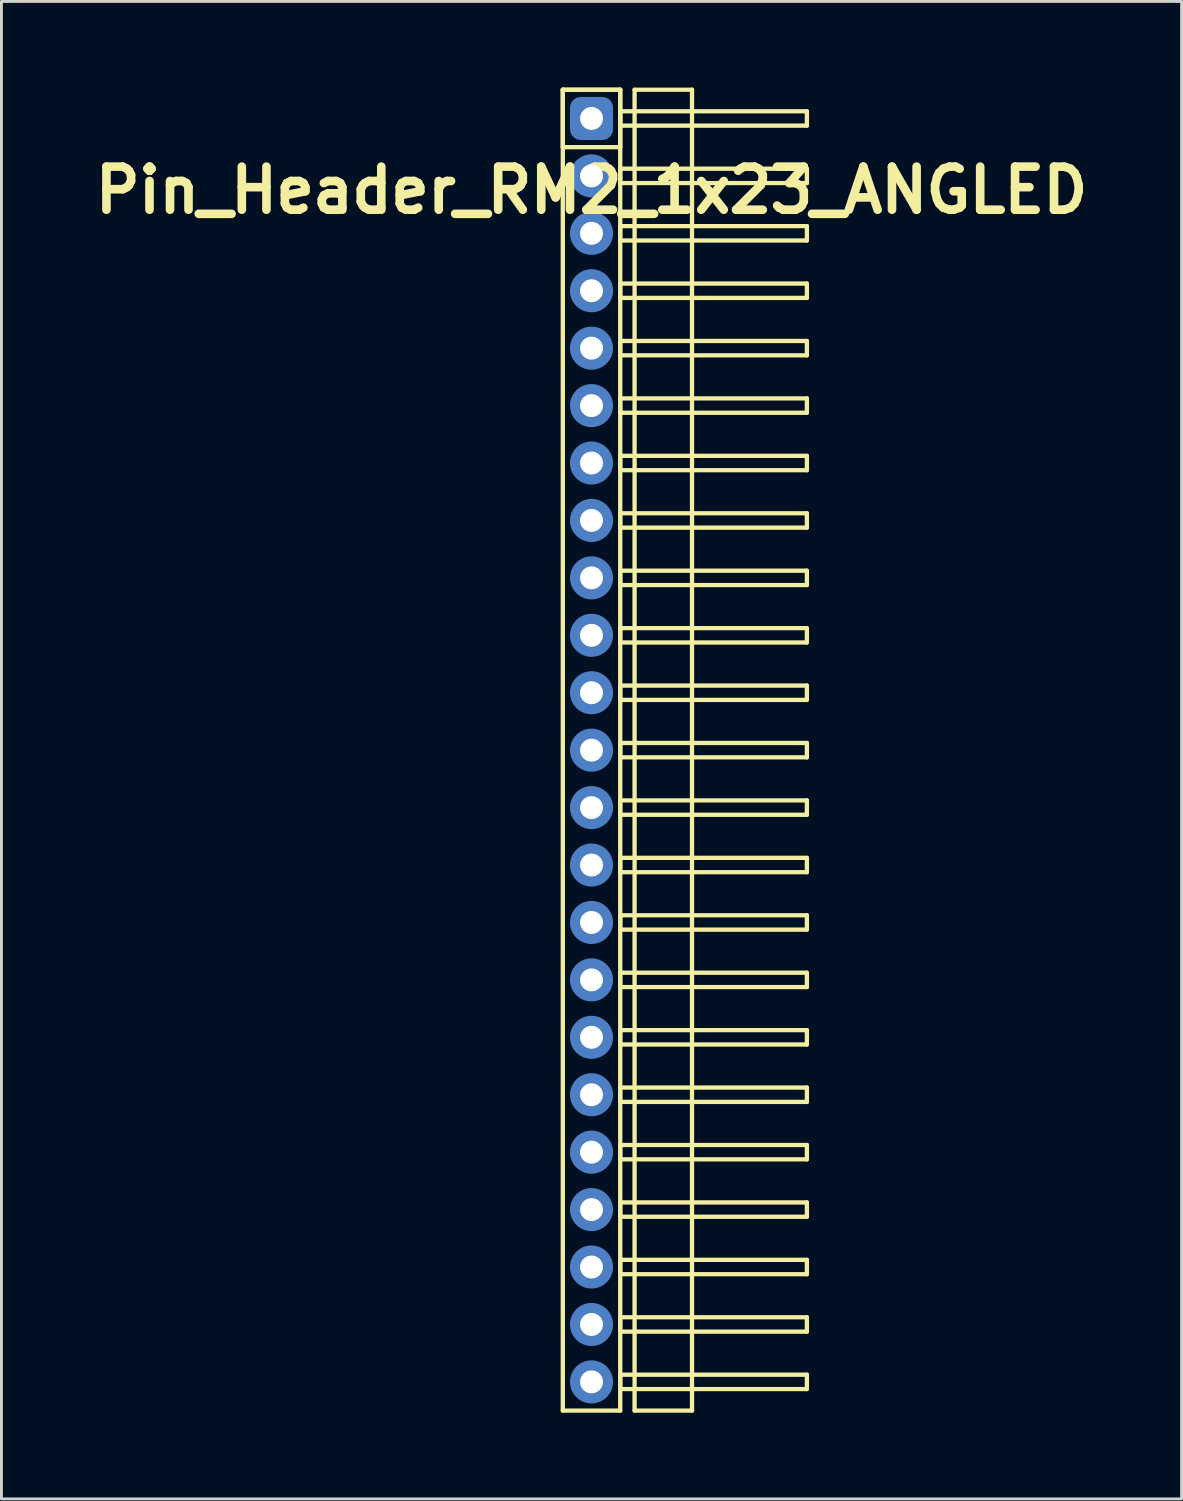
<source format=kicad_pcb>
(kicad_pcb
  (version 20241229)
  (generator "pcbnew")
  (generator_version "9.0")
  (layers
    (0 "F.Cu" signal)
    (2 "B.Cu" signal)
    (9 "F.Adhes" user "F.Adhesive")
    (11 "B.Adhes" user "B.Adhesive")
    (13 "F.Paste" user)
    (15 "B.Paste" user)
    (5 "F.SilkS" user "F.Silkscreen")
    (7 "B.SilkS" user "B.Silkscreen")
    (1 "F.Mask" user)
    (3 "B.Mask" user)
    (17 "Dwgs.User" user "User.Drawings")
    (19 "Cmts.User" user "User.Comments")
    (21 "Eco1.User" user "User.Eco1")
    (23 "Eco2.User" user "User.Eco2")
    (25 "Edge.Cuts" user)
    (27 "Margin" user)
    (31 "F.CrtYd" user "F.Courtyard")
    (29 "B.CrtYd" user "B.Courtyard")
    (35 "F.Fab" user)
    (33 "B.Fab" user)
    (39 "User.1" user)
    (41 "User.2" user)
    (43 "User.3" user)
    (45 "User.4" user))
  (footprint "Pin_Header_RM2_1x23_ANGLED"
    (layer "F.Cu")
    (at 17.55 1.075)
    (property "Reference" "Pin_Header_RM2_1x23_ANGLED" (at 0 2.5 0) (layer "F.SilkS") (effects (font (size 1.5 1.5) (thickness 0.3))))
    (attr through_hole)
    (fp_line (start -1 -1) (end 1 -1) (stroke (width 0.15) (type solid)) (layer "F.SilkS"))
    (fp_line (start -1 -1) (end 1 -1) (stroke (width 0.15) (type solid)) (layer "F.SilkS"))
    (fp_line (start -1 1) (end -1 -1) (stroke (width 0.15) (type solid)) (layer "F.SilkS"))
    (fp_line (start -1 45) (end -1 -1) (stroke (width 0.15) (type solid)) (layer "F.SilkS"))
    (fp_line (start 1 -1) (end 1 1) (stroke (width 0.15) (type solid)) (layer "F.SilkS"))
    (fp_line (start 1 -1) (end 1 45) (stroke (width 0.15) (type solid)) (layer "F.SilkS"))
    (fp_line (start 1 -0.25) (end 7.5 -0.25) (stroke (width 0.15) (type solid)) (layer "F.SilkS"))
    (fp_line (start 1 0.25) (end 1 -0.25) (stroke (width 0.15) (type solid)) (layer "F.SilkS"))
    (fp_line (start 1 1) (end -1 1) (stroke (width 0.15) (type solid)) (layer "F.SilkS"))
    (fp_line (start 1 1.75) (end 7.5 1.75) (stroke (width 0.15) (type solid)) (layer "F.SilkS"))
    (fp_line (start 1 2.25) (end 1 1.75) (stroke (width 0.15) (type solid)) (layer "F.SilkS"))
    (fp_line (start 1 3.75) (end 7.5 3.75) (stroke (width 0.15) (type solid)) (layer "F.SilkS"))
    (fp_line (start 1 4.25) (end 1 3.75) (stroke (width 0.15) (type solid)) (layer "F.SilkS"))
    (fp_line (start 1 5.75) (end 7.5 5.75) (stroke (width 0.15) (type solid)) (layer "F.SilkS"))
    (fp_line (start 1 6.25) (end 1 5.75) (stroke (width 0.15) (type solid)) (layer "F.SilkS"))
    (fp_line (start 1 7.75) (end 7.5 7.75) (stroke (width 0.15) (type solid)) (layer "F.SilkS"))
    (fp_line (start 1 8.25) (end 1 7.75) (stroke (width 0.15) (type solid)) (layer "F.SilkS"))
    (fp_line (start 1 9.75) (end 7.5 9.75) (stroke (width 0.15) (type solid)) (layer "F.SilkS"))
    (fp_line (start 1 10.25) (end 1 9.75) (stroke (width 0.15) (type solid)) (layer "F.SilkS"))
    (fp_line (start 1 11.75) (end 7.5 11.75) (stroke (width 0.15) (type solid)) (layer "F.SilkS"))
    (fp_line (start 1 12.25) (end 1 11.75) (stroke (width 0.15) (type solid)) (layer "F.SilkS"))
    (fp_line (start 1 13.75) (end 7.5 13.75) (stroke (width 0.15) (type solid)) (layer "F.SilkS"))
    (fp_line (start 1 14.25) (end 1 13.75) (stroke (width 0.15) (type solid)) (layer "F.SilkS"))
    (fp_line (start 1 15.75) (end 7.5 15.75) (stroke (width 0.15) (type solid)) (layer "F.SilkS"))
    (fp_line (start 1 16.25) (end 1 15.75) (stroke (width 0.15) (type solid)) (layer "F.SilkS"))
    (fp_line (start 1 17.75) (end 7.5 17.75) (stroke (width 0.15) (type solid)) (layer "F.SilkS"))
    (fp_line (start 1 18.25) (end 1 17.75) (stroke (width 0.15) (type solid)) (layer "F.SilkS"))
    (fp_line (start 1 19.75) (end 7.5 19.75) (stroke (width 0.15) (type solid)) (layer "F.SilkS"))
    (fp_line (start 1 20.25) (end 1 19.75) (stroke (width 0.15) (type solid)) (layer "F.SilkS"))
    (fp_line (start 1 21.75) (end 7.5 21.75) (stroke (width 0.15) (type solid)) (layer "F.SilkS"))
    (fp_line (start 1 22.25) (end 1 21.75) (stroke (width 0.15) (type solid)) (layer "F.SilkS"))
    (fp_line (start 1 23.75) (end 7.5 23.75) (stroke (width 0.15) (type solid)) (layer "F.SilkS"))
    (fp_line (start 1 24.25) (end 1 23.75) (stroke (width 0.15) (type solid)) (layer "F.SilkS"))
    (fp_line (start 1 25.75) (end 7.5 25.75) (stroke (width 0.15) (type solid)) (layer "F.SilkS"))
    (fp_line (start 1 26.25) (end 1 25.75) (stroke (width 0.15) (type solid)) (layer "F.SilkS"))
    (fp_line (start 1 27.75) (end 7.5 27.75) (stroke (width 0.15) (type solid)) (layer "F.SilkS"))
    (fp_line (start 1 28.25) (end 1 27.75) (stroke (width 0.15) (type solid)) (layer "F.SilkS"))
    (fp_line (start 1 29.75) (end 7.5 29.75) (stroke (width 0.15) (type solid)) (layer "F.SilkS"))
    (fp_line (start 1 30.25) (end 1 29.75) (stroke (width 0.15) (type solid)) (layer "F.SilkS"))
    (fp_line (start 1 31.75) (end 7.5 31.75) (stroke (width 0.15) (type solid)) (layer "F.SilkS"))
    (fp_line (start 1 32.25) (end 1 31.75) (stroke (width 0.15) (type solid)) (layer "F.SilkS"))
    (fp_line (start 1 33.75) (end 7.5 33.75) (stroke (width 0.15) (type solid)) (layer "F.SilkS"))
    (fp_line (start 1 34.25) (end 1 33.75) (stroke (width 0.15) (type solid)) (layer "F.SilkS"))
    (fp_line (start 1 35.75) (end 7.5 35.75) (stroke (width 0.15) (type solid)) (layer "F.SilkS"))
    (fp_line (start 1 36.25) (end 1 35.75) (stroke (width 0.15) (type solid)) (layer "F.SilkS"))
    (fp_line (start 1 37.75) (end 7.5 37.75) (stroke (width 0.15) (type solid)) (layer "F.SilkS"))
    (fp_line (start 1 38.25) (end 1 37.75) (stroke (width 0.15) (type solid)) (layer "F.SilkS"))
    (fp_line (start 1 39.75) (end 7.5 39.75) (stroke (width 0.15) (type solid)) (layer "F.SilkS"))
    (fp_line (start 1 40.25) (end 1 39.75) (stroke (width 0.15) (type solid)) (layer "F.SilkS"))
    (fp_line (start 1 41.75) (end 7.5 41.75) (stroke (width 0.15) (type solid)) (layer "F.SilkS"))
    (fp_line (start 1 42.25) (end 1 41.75) (stroke (width 0.15) (type solid)) (layer "F.SilkS"))
    (fp_line (start 1 43.75) (end 7.5 43.75) (stroke (width 0.15) (type solid)) (layer "F.SilkS"))
    (fp_line (start 1 44.25) (end 1 43.75) (stroke (width 0.15) (type solid)) (layer "F.SilkS"))
    (fp_line (start 1 45) (end -1 45) (stroke (width 0.15) (type solid)) (layer "F.SilkS"))
    (fp_line (start 1.5 -1) (end 3.5 -1) (stroke (width 0.15) (type solid)) (layer "F.SilkS"))
    (fp_line (start 1.5 45) (end 1.5 -1) (stroke (width 0.15) (type solid)) (layer "F.SilkS"))
    (fp_line (start 3.5 -1) (end 3.5 45) (stroke (width 0.15) (type solid)) (layer "F.SilkS"))
    (fp_line (start 3.5 45) (end 1.5 45) (stroke (width 0.15) (type solid)) (layer "F.SilkS"))
    (fp_line (start 7.5 -0.25) (end 7.5 0.25) (stroke (width 0.15) (type solid)) (layer "F.SilkS"))
    (fp_line (start 7.5 0.25) (end 1 0.25) (stroke (width 0.15) (type solid)) (layer "F.SilkS"))
    (fp_line (start 7.5 1.75) (end 7.5 2.25) (stroke (width 0.15) (type solid)) (layer "F.SilkS"))
    (fp_line (start 7.5 2.25) (end 1 2.25) (stroke (width 0.15) (type solid)) (layer "F.SilkS"))
    (fp_line (start 7.5 3.75) (end 7.5 4.25) (stroke (width 0.15) (type solid)) (layer "F.SilkS"))
    (fp_line (start 7.5 4.25) (end 1 4.25) (stroke (width 0.15) (type solid)) (layer "F.SilkS"))
    (fp_line (start 7.5 5.75) (end 7.5 6.25) (stroke (width 0.15) (type solid)) (layer "F.SilkS"))
    (fp_line (start 7.5 6.25) (end 1 6.25) (stroke (width 0.15) (type solid)) (layer "F.SilkS"))
    (fp_line (start 7.5 7.75) (end 7.5 8.25) (stroke (width 0.15) (type solid)) (layer "F.SilkS"))
    (fp_line (start 7.5 8.25) (end 1 8.25) (stroke (width 0.15) (type solid)) (layer "F.SilkS"))
    (fp_line (start 7.5 9.75) (end 7.5 10.25) (stroke (width 0.15) (type solid)) (layer "F.SilkS"))
    (fp_line (start 7.5 10.25) (end 1 10.25) (stroke (width 0.15) (type solid)) (layer "F.SilkS"))
    (fp_line (start 7.5 11.75) (end 7.5 12.25) (stroke (width 0.15) (type solid)) (layer "F.SilkS"))
    (fp_line (start 7.5 12.25) (end 1 12.25) (stroke (width 0.15) (type solid)) (layer "F.SilkS"))
    (fp_line (start 7.5 13.75) (end 7.5 14.25) (stroke (width 0.15) (type solid)) (layer "F.SilkS"))
    (fp_line (start 7.5 14.25) (end 1 14.25) (stroke (width 0.15) (type solid)) (layer "F.SilkS"))
    (fp_line (start 7.5 15.75) (end 7.5 16.25) (stroke (width 0.15) (type solid)) (layer "F.SilkS"))
    (fp_line (start 7.5 16.25) (end 1 16.25) (stroke (width 0.15) (type solid)) (layer "F.SilkS"))
    (fp_line (start 7.5 17.75) (end 7.5 18.25) (stroke (width 0.15) (type solid)) (layer "F.SilkS"))
    (fp_line (start 7.5 18.25) (end 1 18.25) (stroke (width 0.15) (type solid)) (layer "F.SilkS"))
    (fp_line (start 7.5 19.75) (end 7.5 20.25) (stroke (width 0.15) (type solid)) (layer "F.SilkS"))
    (fp_line (start 7.5 20.25) (end 1 20.25) (stroke (width 0.15) (type solid)) (layer "F.SilkS"))
    (fp_line (start 7.5 21.75) (end 7.5 22.25) (stroke (width 0.15) (type solid)) (layer "F.SilkS"))
    (fp_line (start 7.5 22.25) (end 1 22.25) (stroke (width 0.15) (type solid)) (layer "F.SilkS"))
    (fp_line (start 7.5 23.75) (end 7.5 24.25) (stroke (width 0.15) (type solid)) (layer "F.SilkS"))
    (fp_line (start 7.5 24.25) (end 1 24.25) (stroke (width 0.15) (type solid)) (layer "F.SilkS"))
    (fp_line (start 7.5 25.75) (end 7.5 26.25) (stroke (width 0.15) (type solid)) (layer "F.SilkS"))
    (fp_line (start 7.5 26.25) (end 1 26.25) (stroke (width 0.15) (type solid)) (layer "F.SilkS"))
    (fp_line (start 7.5 27.75) (end 7.5 28.25) (stroke (width 0.15) (type solid)) (layer "F.SilkS"))
    (fp_line (start 7.5 28.25) (end 1 28.25) (stroke (width 0.15) (type solid)) (layer "F.SilkS"))
    (fp_line (start 7.5 29.75) (end 7.5 30.25) (stroke (width 0.15) (type solid)) (layer "F.SilkS"))
    (fp_line (start 7.5 30.25) (end 1 30.25) (stroke (width 0.15) (type solid)) (layer "F.SilkS"))
    (fp_line (start 7.5 31.75) (end 7.5 32.25) (stroke (width 0.15) (type solid)) (layer "F.SilkS"))
    (fp_line (start 7.5 32.25) (end 1 32.25) (stroke (width 0.15) (type solid)) (layer "F.SilkS"))
    (fp_line (start 7.5 33.75) (end 7.5 34.25) (stroke (width 0.15) (type solid)) (layer "F.SilkS"))
    (fp_line (start 7.5 34.25) (end 1 34.25) (stroke (width 0.15) (type solid)) (layer "F.SilkS"))
    (fp_line (start 7.5 35.75) (end 7.5 36.25) (stroke (width 0.15) (type solid)) (layer "F.SilkS"))
    (fp_line (start 7.5 36.25) (end 1 36.25) (stroke (width 0.15) (type solid)) (layer "F.SilkS"))
    (fp_line (start 7.5 37.75) (end 7.5 38.25) (stroke (width 0.15) (type solid)) (layer "F.SilkS"))
    (fp_line (start 7.5 38.25) (end 1 38.25) (stroke (width 0.15) (type solid)) (layer "F.SilkS"))
    (fp_line (start 7.5 39.75) (end 7.5 40.25) (stroke (width 0.15) (type solid)) (layer "F.SilkS"))
    (fp_line (start 7.5 40.25) (end 1 40.25) (stroke (width 0.15) (type solid)) (layer "F.SilkS"))
    (fp_line (start 7.5 41.75) (end 7.5 42.25) (stroke (width 0.15) (type solid)) (layer "F.SilkS"))
    (fp_line (start 7.5 42.25) (end 1 42.25) (stroke (width 0.15) (type solid)) (layer "F.SilkS"))
    (fp_line (start 7.5 43.75) (end 7.5 44.25) (stroke (width 0.15) (type solid)) (layer "F.SilkS"))
    (fp_line (start 7.5 44.25) (end 1 44.25) (stroke (width 0.15) (type solid)) (layer "F.SilkS"))
    (pad "1" thru_hole circle (at 0 0) (size 1.1 1.1) (drill 0.8) (layers "*.Cu" "*.Mask"))
    (pad "1" smd roundrect (at 0 0) (size 1.25 1.25) (layers "F.Cu" "F.Mask") (roundrect_rratio 0.25))
    (pad "1" smd roundrect (at 0 0) (size 1.5 1.5) (layers "B.Cu" "B.Mask") (roundrect_rratio 0.25))
    (pad "2" thru_hole circle (at 0 2) (size 1.1 1.1) (drill 0.8) (layers "*.Cu" "*.Mask"))
    (pad "2" smd circle (at 0 2) (size 1.25 1.25) (layers "F.Cu" "F.Mask"))
    (pad "2" smd circle (at 0 2) (size 1.5 1.5) (layers "B.Cu" "B.Mask"))
    (pad "3" thru_hole circle (at 0 4) (size 1.1 1.1) (drill 0.8) (layers "*.Cu" "*.Mask"))
    (pad "3" smd circle (at 0 4) (size 1.25 1.25) (layers "F.Cu" "F.Mask"))
    (pad "3" smd circle (at 0 4) (size 1.5 1.5) (layers "B.Cu" "B.Mask"))
    (pad "4" thru_hole circle (at 0 6) (size 1.1 1.1) (drill 0.8) (layers "*.Cu" "*.Mask"))
    (pad "4" smd circle (at 0 6) (size 1.25 1.25) (layers "F.Cu" "F.Mask"))
    (pad "4" smd circle (at 0 6) (size 1.5 1.5) (layers "B.Cu" "B.Mask"))
    (pad "5" thru_hole circle (at 0 8) (size 1.1 1.1) (drill 0.8) (layers "*.Cu" "*.Mask"))
    (pad "5" smd circle (at 0 8) (size 1.25 1.25) (layers "F.Cu" "F.Mask"))
    (pad "5" smd circle (at 0 8) (size 1.5 1.5) (layers "B.Cu" "B.Mask"))
    (pad "6" thru_hole circle (at 0 10) (size 1.1 1.1) (drill 0.8) (layers "*.Cu" "*.Mask"))
    (pad "6" smd circle (at 0 10) (size 1.25 1.25) (layers "F.Cu" "F.Mask"))
    (pad "6" smd circle (at 0 10) (size 1.5 1.5) (layers "B.Cu" "B.Mask"))
    (pad "7" thru_hole circle (at 0 12) (size 1.1 1.1) (drill 0.8) (layers "*.Cu" "*.Mask"))
    (pad "7" smd circle (at 0 12) (size 1.25 1.25) (layers "F.Cu" "F.Mask"))
    (pad "7" smd circle (at 0 12) (size 1.5 1.5) (layers "B.Cu" "B.Mask"))
    (pad "8" thru_hole circle (at 0 14) (size 1.1 1.1) (drill 0.8) (layers "*.Cu" "*.Mask"))
    (pad "8" smd circle (at 0 14) (size 1.25 1.25) (layers "F.Cu" "F.Mask"))
    (pad "8" smd circle (at 0 14) (size 1.5 1.5) (layers "B.Cu" "B.Mask"))
    (pad "9" thru_hole circle (at 0 16) (size 1.1 1.1) (drill 0.8) (layers "*.Cu" "*.Mask"))
    (pad "9" smd circle (at 0 16) (size 1.25 1.25) (layers "F.Cu" "F.Mask"))
    (pad "9" smd circle (at 0 16) (size 1.5 1.5) (layers "B.Cu" "B.Mask"))
    (pad "10" thru_hole circle (at 0 18) (size 1.1 1.1) (drill 0.8) (layers "*.Cu" "*.Mask"))
    (pad "10" smd circle (at 0 18) (size 1.25 1.25) (layers "F.Cu" "F.Mask"))
    (pad "10" smd circle (at 0 18) (size 1.5 1.5) (layers "B.Cu" "B.Mask"))
    (pad "11" thru_hole circle (at 0 20) (size 1.1 1.1) (drill 0.8) (layers "*.Cu" "*.Mask"))
    (pad "11" smd circle (at 0 20) (size 1.25 1.25) (layers "F.Cu" "F.Mask"))
    (pad "11" smd circle (at 0 20) (size 1.5 1.5) (layers "B.Cu" "B.Mask"))
    (pad "12" thru_hole circle (at 0 22) (size 1.1 1.1) (drill 0.8) (layers "*.Cu" "*.Mask"))
    (pad "12" smd circle (at 0 22) (size 1.25 1.25) (layers "F.Cu" "F.Mask"))
    (pad "12" smd circle (at 0 22) (size 1.5 1.5) (layers "B.Cu" "B.Mask"))
    (pad "13" thru_hole circle (at 0 24) (size 1.1 1.1) (drill 0.8) (layers "*.Cu" "*.Mask"))
    (pad "13" smd circle (at 0 24) (size 1.25 1.25) (layers "F.Cu" "F.Mask"))
    (pad "13" smd circle (at 0 24) (size 1.5 1.5) (layers "B.Cu" "B.Mask"))
    (pad "14" thru_hole circle (at 0 26) (size 1.1 1.1) (drill 0.8) (layers "*.Cu" "*.Mask"))
    (pad "14" smd circle (at 0 26) (size 1.25 1.25) (layers "F.Cu" "F.Mask"))
    (pad "14" smd circle (at 0 26) (size 1.5 1.5) (layers "B.Cu" "B.Mask"))
    (pad "15" thru_hole circle (at 0 28) (size 1.1 1.1) (drill 0.8) (layers "*.Cu" "*.Mask"))
    (pad "15" smd circle (at 0 28) (size 1.25 1.25) (layers "F.Cu" "F.Mask"))
    (pad "15" smd circle (at 0 28) (size 1.5 1.5) (layers "B.Cu" "B.Mask"))
    (pad "16" thru_hole circle (at 0 30) (size 1.1 1.1) (drill 0.8) (layers "*.Cu" "*.Mask"))
    (pad "16" smd circle (at 0 30) (size 1.25 1.25) (layers "F.Cu" "F.Mask"))
    (pad "16" smd circle (at 0 30) (size 1.5 1.5) (layers "B.Cu" "B.Mask"))
    (pad "17" thru_hole circle (at 0 32) (size 1.1 1.1) (drill 0.8) (layers "*.Cu" "*.Mask"))
    (pad "17" smd circle (at 0 32) (size 1.25 1.25) (layers "F.Cu" "F.Mask"))
    (pad "17" smd circle (at 0 32) (size 1.5 1.5) (layers "B.Cu" "B.Mask"))
    (pad "18" thru_hole circle (at 0 34) (size 1.1 1.1) (drill 0.8) (layers "*.Cu" "*.Mask"))
    (pad "18" smd circle (at 0 34) (size 1.25 1.25) (layers "F.Cu" "F.Mask"))
    (pad "18" smd circle (at 0 34) (size 1.5 1.5) (layers "B.Cu" "B.Mask"))
    (pad "19" thru_hole circle (at 0 36) (size 1.1 1.1) (drill 0.8) (layers "*.Cu" "*.Mask"))
    (pad "19" smd circle (at 0 36) (size 1.25 1.25) (layers "F.Cu" "F.Mask"))
    (pad "19" smd circle (at 0 36) (size 1.5 1.5) (layers "B.Cu" "B.Mask"))
    (pad "20" thru_hole circle (at 0 38) (size 1.1 1.1) (drill 0.8) (layers "*.Cu" "*.Mask"))
    (pad "20" smd circle (at 0 38) (size 1.25 1.25) (layers "F.Cu" "F.Mask"))
    (pad "20" smd circle (at 0 38) (size 1.5 1.5) (layers "B.Cu" "B.Mask"))
    (pad "21" thru_hole circle (at 0 40) (size 1.1 1.1) (drill 0.8) (layers "*.Cu" "*.Mask"))
    (pad "21" smd circle (at 0 40) (size 1.25 1.25) (layers "F.Cu" "F.Mask"))
    (pad "21" smd circle (at 0 40) (size 1.5 1.5) (layers "B.Cu" "B.Mask"))
    (pad "22" thru_hole circle (at 0 42) (size 1.1 1.1) (drill 0.8) (layers "*.Cu" "*.Mask"))
    (pad "22" smd circle (at 0 42) (size 1.25 1.25) (layers "F.Cu" "F.Mask"))
    (pad "22" smd circle (at 0 42) (size 1.5 1.5) (layers "B.Cu" "B.Mask"))
    (pad "23" thru_hole circle (at 0 44) (size 1.1 1.1) (drill 0.8) (layers "*.Cu" "*.Mask"))
    (pad "23" smd circle (at 0 44) (size 1.25 1.25) (layers "F.Cu" "F.Mask"))
    (pad "23" smd circle (at 0 44) (size 1.5 1.5) (layers "B.Cu" "B.Mask")))
  (gr_rect
    (start -3 -3)
    (end 38.1 49.15)
    (stroke (width 0.1) (type default))
    (fill no)
    (layer "Edge.Cuts")))
</source>
